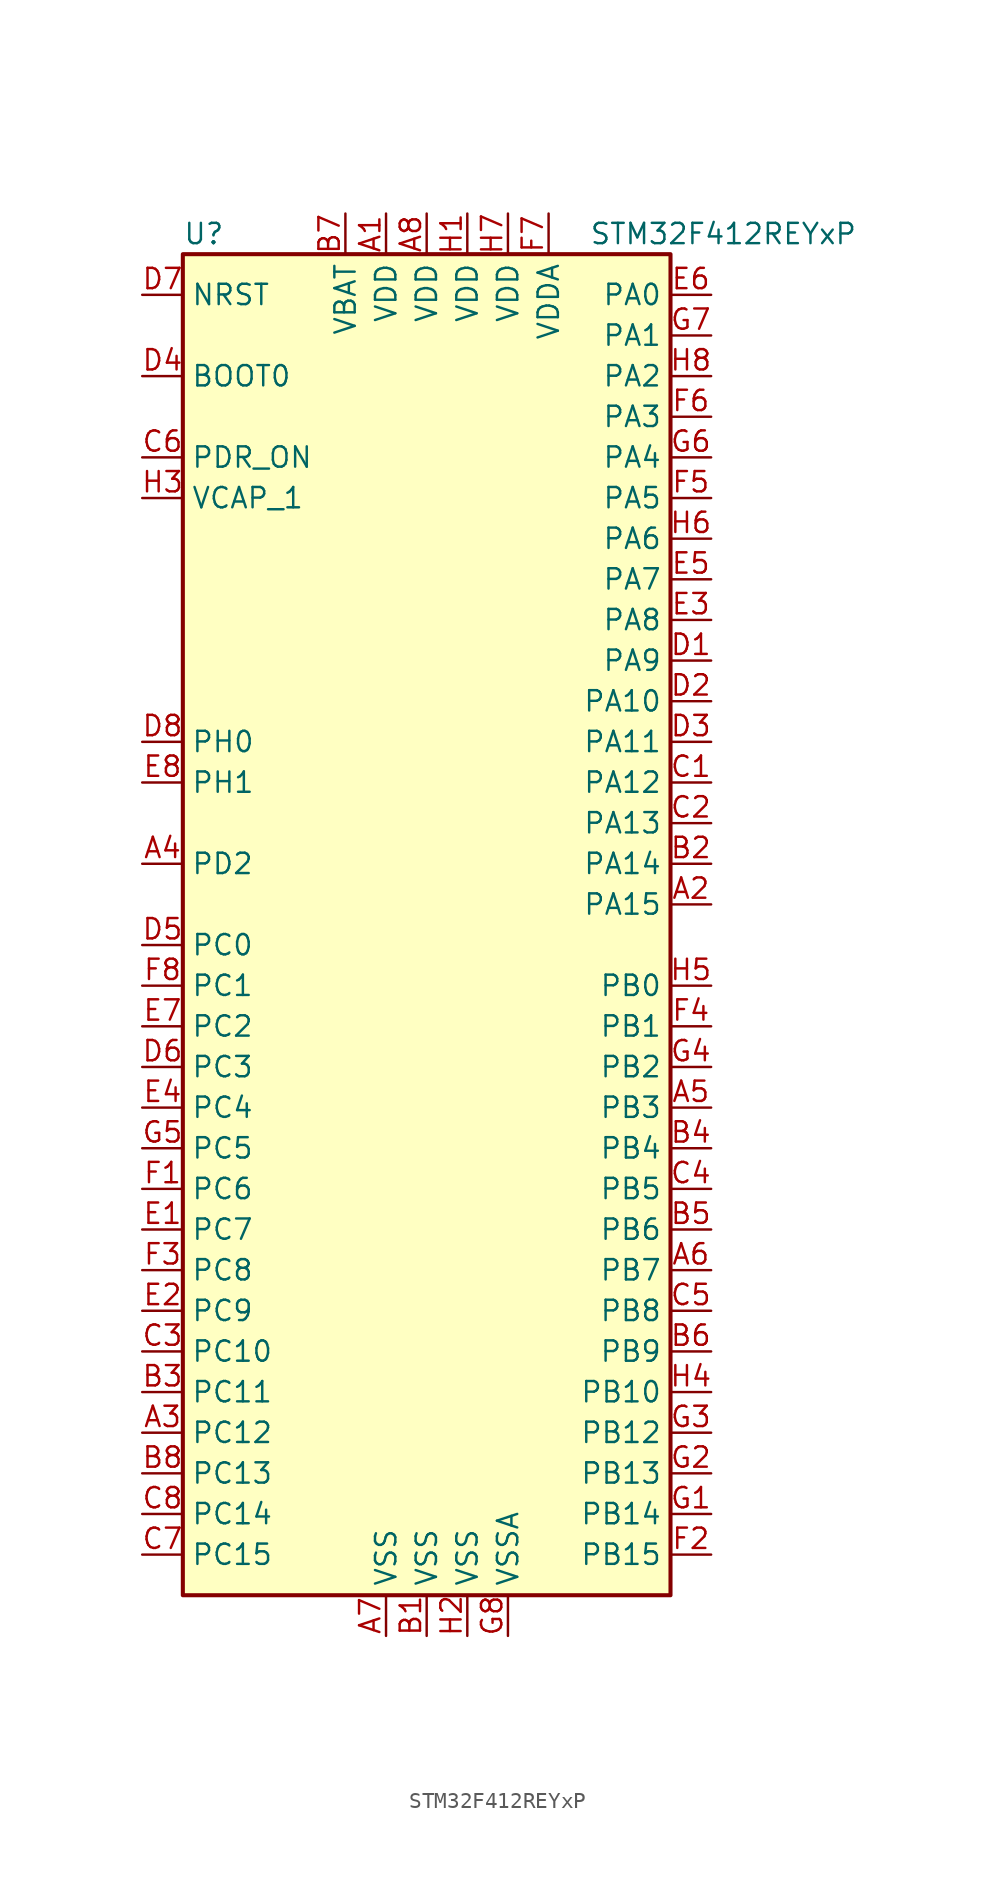
<source format=kicad_sym>
(kicad_symbol_lib
  (version 20201005)
  (generator kicad_symbol_editor)
  (symbol "STM32F412REYxP"
    (property "Reference" "U"
      (at -15.24 41.91 0)
      (effects (font (size 1.27 1.27)) (justify left)))
    (property "Value" "STM32F412REYxP"
      (at 10.16 41.91 0)
      (effects (font (size 1.27 1.27)) (justify left)))
    (symbol "STM32F412REYxP_0_1"
      (rectangle (start -15.24 -43.18) (end 15.24 40.64) (stroke (width 0.254)) (fill (type background))))
    (symbol "STM32F412REYxP_1_1"
      (pin power_in line (at -2.54 43.18 270) (length 2.54) (name "VDD" (effects (font (size 1.27 1.27)))) (number "A1" (effects (font (size 1.27 1.27)))))
      (pin bidirectional line (at 17.78 0 180) (length 2.54) (name "PA15" (effects (font (size 1.27 1.27)))) (number "A2" (effects (font (size 1.27 1.27)))))
      (pin bidirectional line (at -17.78 -33.02 0) (length 2.54) (name "PC12" (effects (font (size 1.27 1.27)))) (number "A3" (effects (font (size 1.27 1.27)))))
      (pin bidirectional line (at -17.78 2.54 0) (length 2.54) (name "PD2" (effects (font (size 1.27 1.27)))) (number "A4" (effects (font (size 1.27 1.27)))))
      (pin bidirectional line (at 17.78 -12.7 180) (length 2.54) (name "PB3" (effects (font (size 1.27 1.27)))) (number "A5" (effects (font (size 1.27 1.27)))))
      (pin bidirectional line (at 17.78 -22.86 180) (length 2.54) (name "PB7" (effects (font (size 1.27 1.27)))) (number "A6" (effects (font (size 1.27 1.27)))))
      (pin power_in line (at -2.54 -45.72 90) (length 2.54) (name "VSS" (effects (font (size 1.27 1.27)))) (number "A7" (effects (font (size 1.27 1.27)))))
      (pin power_in line (at 0 43.18 270) (length 2.54) (name "VDD" (effects (font (size 1.27 1.27)))) (number "A8" (effects (font (size 1.27 1.27)))))
      (pin power_in line (at 0 -45.72 90) (length 2.54) (name "VSS" (effects (font (size 1.27 1.27)))) (number "B1" (effects (font (size 1.27 1.27)))))
      (pin bidirectional line (at 17.78 2.54 180) (length 2.54) (name "PA14" (effects (font (size 1.27 1.27)))) (number "B2" (effects (font (size 1.27 1.27)))))
      (pin bidirectional line (at -17.78 -30.48 0) (length 2.54) (name "PC11" (effects (font (size 1.27 1.27)))) (number "B3" (effects (font (size 1.27 1.27)))))
      (pin bidirectional line (at 17.78 -15.24 180) (length 2.54) (name "PB4" (effects (font (size 1.27 1.27)))) (number "B4" (effects (font (size 1.27 1.27)))))
      (pin bidirectional line (at 17.78 -20.32 180) (length 2.54) (name "PB6" (effects (font (size 1.27 1.27)))) (number "B5" (effects (font (size 1.27 1.27)))))
      (pin bidirectional line (at 17.78 -27.94 180) (length 2.54) (name "PB9" (effects (font (size 1.27 1.27)))) (number "B6" (effects (font (size 1.27 1.27)))))
      (pin power_in line (at -5.08 43.18 270) (length 2.54) (name "VBAT" (effects (font (size 1.27 1.27)))) (number "B7" (effects (font (size 1.27 1.27)))))
      (pin bidirectional line (at -17.78 -35.56 0) (length 2.54) (name "PC13" (effects (font (size 1.27 1.27)))) (number "B8" (effects (font (size 1.27 1.27)))))
      (pin bidirectional line (at 17.78 7.62 180) (length 2.54) (name "PA12" (effects (font (size 1.27 1.27)))) (number "C1" (effects (font (size 1.27 1.27)))))
      (pin bidirectional line (at 17.78 5.08 180) (length 2.54) (name "PA13" (effects (font (size 1.27 1.27)))) (number "C2" (effects (font (size 1.27 1.27)))))
      (pin bidirectional line (at -17.78 -27.94 0) (length 2.54) (name "PC10" (effects (font (size 1.27 1.27)))) (number "C3" (effects (font (size 1.27 1.27)))))
      (pin bidirectional line (at 17.78 -17.78 180) (length 2.54) (name "PB5" (effects (font (size 1.27 1.27)))) (number "C4" (effects (font (size 1.27 1.27)))))
      (pin bidirectional line (at 17.78 -25.4 180) (length 2.54) (name "PB8" (effects (font (size 1.27 1.27)))) (number "C5" (effects (font (size 1.27 1.27)))))
      (pin power_in line (at -17.78 27.94 0) (length 2.54) (name "PDR_ON" (effects (font (size 1.27 1.27)))) (number "C6" (effects (font (size 1.27 1.27)))))
      (pin bidirectional line (at -17.78 -40.64 0) (length 2.54) (name "PC15" (effects (font (size 1.27 1.27)))) (number "C7" (effects (font (size 1.27 1.27)))))
      (pin bidirectional line (at -17.78 -38.1 0) (length 2.54) (name "PC14" (effects (font (size 1.27 1.27)))) (number "C8" (effects (font (size 1.27 1.27)))))
      (pin bidirectional line (at 17.78 15.24 180) (length 2.54) (name "PA9" (effects (font (size 1.27 1.27)))) (number "D1" (effects (font (size 1.27 1.27)))))
      (pin bidirectional line (at 17.78 12.7 180) (length 2.54) (name "PA10" (effects (font (size 1.27 1.27)))) (number "D2" (effects (font (size 1.27 1.27)))))
      (pin bidirectional line (at 17.78 10.16 180) (length 2.54) (name "PA11" (effects (font (size 1.27 1.27)))) (number "D3" (effects (font (size 1.27 1.27)))))
      (pin input line (at -17.78 33.02 0) (length 2.54) (name "BOOT0" (effects (font (size 1.27 1.27)))) (number "D4" (effects (font (size 1.27 1.27)))))
      (pin bidirectional line (at -17.78 -2.54 0) (length 2.54) (name "PC0" (effects (font (size 1.27 1.27)))) (number "D5" (effects (font (size 1.27 1.27)))))
      (pin bidirectional line (at -17.78 -10.16 0) (length 2.54) (name "PC3" (effects (font (size 1.27 1.27)))) (number "D6" (effects (font (size 1.27 1.27)))))
      (pin input line (at -17.78 38.1 0) (length 2.54) (name "NRST" (effects (font (size 1.27 1.27)))) (number "D7" (effects (font (size 1.27 1.27)))))
      (pin input line (at -17.78 10.16 0) (length 2.54) (name "PH0" (effects (font (size 1.27 1.27)))) (number "D8" (effects (font (size 1.27 1.27)))))
      (pin bidirectional line (at -17.78 -20.32 0) (length 2.54) (name "PC7" (effects (font (size 1.27 1.27)))) (number "E1" (effects (font (size 1.27 1.27)))))
      (pin bidirectional line (at -17.78 -25.4 0) (length 2.54) (name "PC9" (effects (font (size 1.27 1.27)))) (number "E2" (effects (font (size 1.27 1.27)))))
      (pin bidirectional line (at 17.78 17.78 180) (length 2.54) (name "PA8" (effects (font (size 1.27 1.27)))) (number "E3" (effects (font (size 1.27 1.27)))))
      (pin bidirectional line (at -17.78 -12.7 0) (length 2.54) (name "PC4" (effects (font (size 1.27 1.27)))) (number "E4" (effects (font (size 1.27 1.27)))))
      (pin bidirectional line (at 17.78 20.32 180) (length 2.54) (name "PA7" (effects (font (size 1.27 1.27)))) (number "E5" (effects (font (size 1.27 1.27)))))
      (pin bidirectional line (at 17.78 38.1 180) (length 2.54) (name "PA0" (effects (font (size 1.27 1.27)))) (number "E6" (effects (font (size 1.27 1.27)))))
      (pin bidirectional line (at -17.78 -7.62 0) (length 2.54) (name "PC2" (effects (font (size 1.27 1.27)))) (number "E7" (effects (font (size 1.27 1.27)))))
      (pin input line (at -17.78 7.62 0) (length 2.54) (name "PH1" (effects (font (size 1.27 1.27)))) (number "E8" (effects (font (size 1.27 1.27)))))
      (pin bidirectional line (at -17.78 -17.78 0) (length 2.54) (name "PC6" (effects (font (size 1.27 1.27)))) (number "F1" (effects (font (size 1.27 1.27)))))
      (pin bidirectional line (at 17.78 -40.64 180) (length 2.54) (name "PB15" (effects (font (size 1.27 1.27)))) (number "F2" (effects (font (size 1.27 1.27)))))
      (pin bidirectional line (at -17.78 -22.86 0) (length 2.54) (name "PC8" (effects (font (size 1.27 1.27)))) (number "F3" (effects (font (size 1.27 1.27)))))
      (pin bidirectional line (at 17.78 -7.62 180) (length 2.54) (name "PB1" (effects (font (size 1.27 1.27)))) (number "F4" (effects (font (size 1.27 1.27)))))
      (pin bidirectional line (at 17.78 25.4 180) (length 2.54) (name "PA5" (effects (font (size 1.27 1.27)))) (number "F5" (effects (font (size 1.27 1.27)))))
      (pin bidirectional line (at 17.78 30.48 180) (length 2.54) (name "PA3" (effects (font (size 1.27 1.27)))) (number "F6" (effects (font (size 1.27 1.27)))))
      (pin power_in line (at 7.62 43.18 270) (length 2.54) (name "VDDA" (effects (font (size 1.27 1.27)))) (number "F7" (effects (font (size 1.27 1.27)))))
      (pin bidirectional line (at -17.78 -5.08 0) (length 2.54) (name "PC1" (effects (font (size 1.27 1.27)))) (number "F8" (effects (font (size 1.27 1.27)))))
      (pin bidirectional line (at 17.78 -38.1 180) (length 2.54) (name "PB14" (effects (font (size 1.27 1.27)))) (number "G1" (effects (font (size 1.27 1.27)))))
      (pin bidirectional line (at 17.78 -35.56 180) (length 2.54) (name "PB13" (effects (font (size 1.27 1.27)))) (number "G2" (effects (font (size 1.27 1.27)))))
      (pin bidirectional line (at 17.78 -33.02 180) (length 2.54) (name "PB12" (effects (font (size 1.27 1.27)))) (number "G3" (effects (font (size 1.27 1.27)))))
      (pin bidirectional line (at 17.78 -10.16 180) (length 2.54) (name "PB2" (effects (font (size 1.27 1.27)))) (number "G4" (effects (font (size 1.27 1.27)))))
      (pin bidirectional line (at -17.78 -15.24 0) (length 2.54) (name "PC5" (effects (font (size 1.27 1.27)))) (number "G5" (effects (font (size 1.27 1.27)))))
      (pin bidirectional line (at 17.78 27.94 180) (length 2.54) (name "PA4" (effects (font (size 1.27 1.27)))) (number "G6" (effects (font (size 1.27 1.27)))))
      (pin bidirectional line (at 17.78 35.56 180) (length 2.54) (name "PA1" (effects (font (size 1.27 1.27)))) (number "G7" (effects (font (size 1.27 1.27)))))
      (pin power_in line (at 5.08 -45.72 90) (length 2.54) (name "VSSA" (effects (font (size 1.27 1.27)))) (number "G8" (effects (font (size 1.27 1.27)))))
      (pin power_in line (at 2.54 43.18 270) (length 2.54) (name "VDD" (effects (font (size 1.27 1.27)))) (number "H1" (effects (font (size 1.27 1.27)))))
      (pin power_in line (at 2.54 -45.72 90) (length 2.54) (name "VSS" (effects (font (size 1.27 1.27)))) (number "H2" (effects (font (size 1.27 1.27)))))
      (pin power_in line (at -17.78 25.4 0) (length 2.54) (name "VCAP_1" (effects (font (size 1.27 1.27)))) (number "H3" (effects (font (size 1.27 1.27)))))
      (pin bidirectional line (at 17.78 -30.48 180) (length 2.54) (name "PB10" (effects (font (size 1.27 1.27)))) (number "H4" (effects (font (size 1.27 1.27)))))
      (pin bidirectional line (at 17.78 -5.08 180) (length 2.54) (name "PB0" (effects (font (size 1.27 1.27)))) (number "H5" (effects (font (size 1.27 1.27)))))
      (pin bidirectional line (at 17.78 22.86 180) (length 2.54) (name "PA6" (effects (font (size 1.27 1.27)))) (number "H6" (effects (font (size 1.27 1.27)))))
      (pin power_in line (at 5.08 43.18 270) (length 2.54) (name "VDD" (effects (font (size 1.27 1.27)))) (number "H7" (effects (font (size 1.27 1.27)))))
      (pin bidirectional line (at 17.78 33.02 180) (length 2.54) (name "PA2" (effects (font (size 1.27 1.27)))) (number "H8" (effects (font (size 1.27 1.27))))))))
</source>
